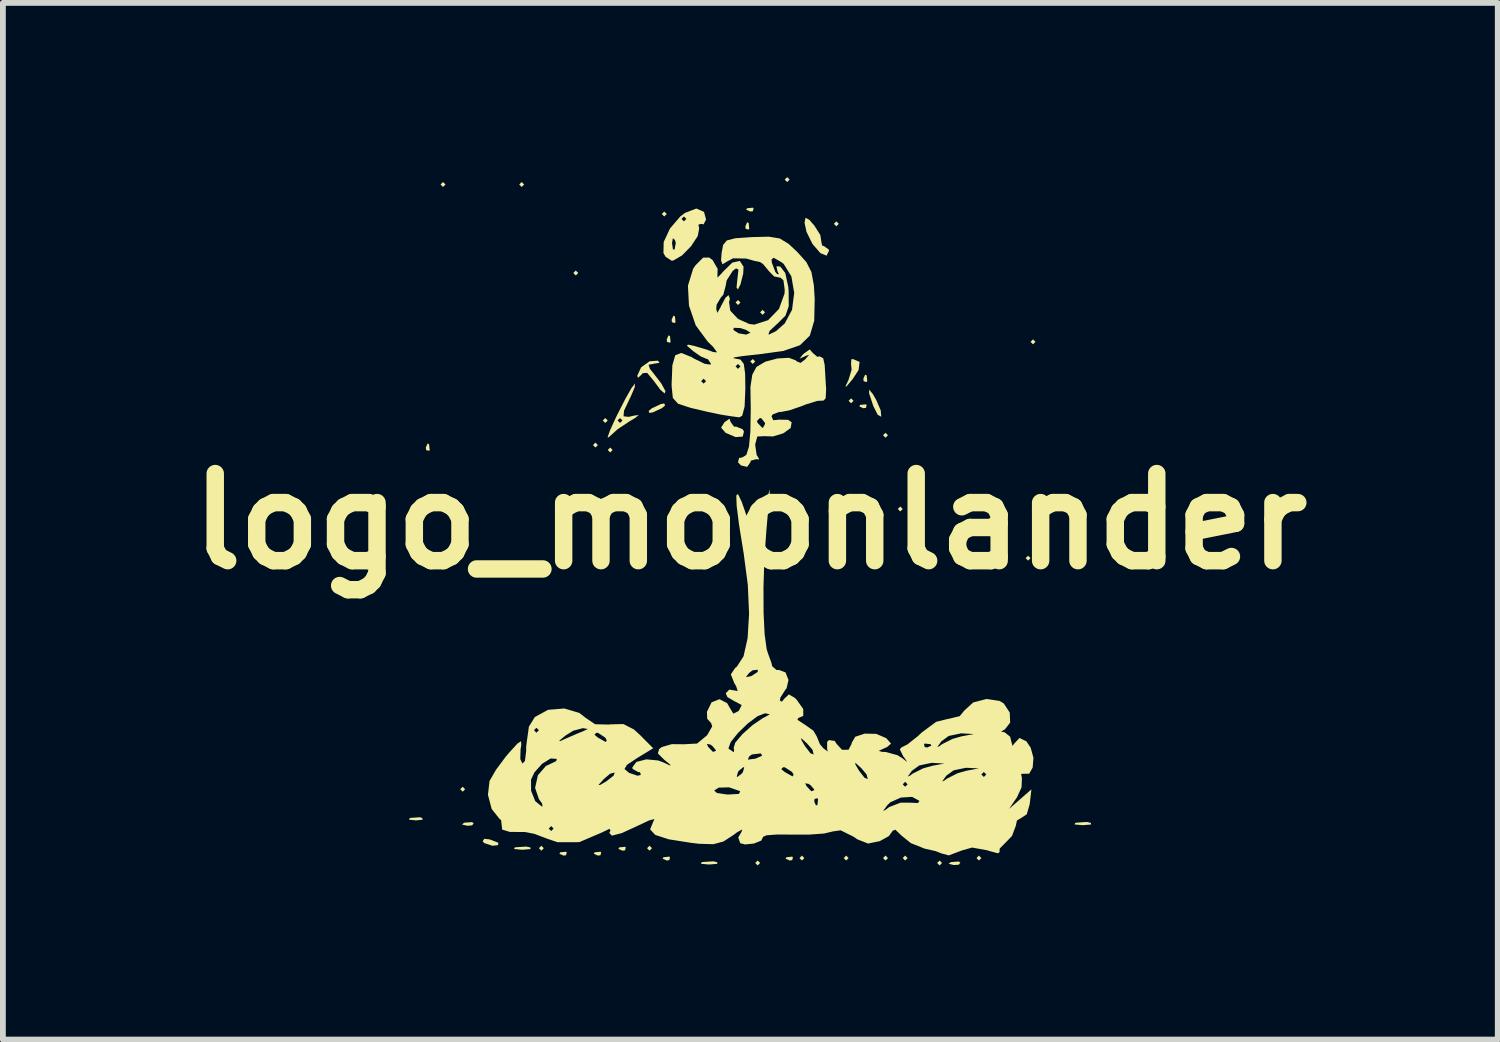
<source format=kicad_pcb>
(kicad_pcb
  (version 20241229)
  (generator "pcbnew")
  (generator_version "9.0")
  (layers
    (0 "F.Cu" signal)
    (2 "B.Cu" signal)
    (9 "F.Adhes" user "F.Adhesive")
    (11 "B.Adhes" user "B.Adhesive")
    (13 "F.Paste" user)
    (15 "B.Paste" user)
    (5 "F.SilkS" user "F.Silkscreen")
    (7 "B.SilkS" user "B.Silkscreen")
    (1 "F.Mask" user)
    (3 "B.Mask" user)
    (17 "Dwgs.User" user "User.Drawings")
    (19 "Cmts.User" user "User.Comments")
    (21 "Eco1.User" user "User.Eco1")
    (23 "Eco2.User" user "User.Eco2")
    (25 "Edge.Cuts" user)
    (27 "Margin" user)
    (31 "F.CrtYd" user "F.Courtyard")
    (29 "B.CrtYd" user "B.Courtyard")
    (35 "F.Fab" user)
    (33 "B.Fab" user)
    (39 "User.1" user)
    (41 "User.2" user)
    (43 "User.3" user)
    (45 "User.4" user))
  (footprint "logo_moonlander"
    (layer "F.Cu")
    (at 9.871 5.927)
    (property "Reference" "logo_moonlander" (at 0 0 0) (layer "F.SilkS") (effects (font (size 1.5 1.5) (thickness 0.3))))
    (attr board_only exclude_from_pos_files exclude_from_bom)
    (fp_poly (pts (xy -5.249 -5.8) (xy -5.292 -5.757) (xy -5.334 -5.8) (xy -5.292 -5.842)) (stroke (width 0) (type solid)) (fill yes) (layer "F.SilkS"))
    (fp_poly (pts (xy -4.911 4.614) (xy -4.953 4.657) (xy -4.995 4.614) (xy -4.953 4.572)) (stroke (width 0) (type solid)) (fill yes) (layer "F.SilkS"))
    (fp_poly (pts (xy -3.895 -5.8) (xy -3.937 -5.757) (xy -3.979 -5.8) (xy -3.937 -5.842)) (stroke (width 0) (type solid)) (fill yes) (layer "F.SilkS"))
    (fp_poly (pts (xy -3.556 5.63) (xy -3.598 5.673) (xy -3.641 5.63) (xy -3.598 5.588)) (stroke (width 0) (type solid)) (fill yes) (layer "F.SilkS"))
    (fp_poly (pts (xy -2.963 -4.276) (xy -3.006 -4.233) (xy -3.048 -4.276) (xy -3.006 -4.318)) (stroke (width 0) (type solid)) (fill yes) (layer "F.SilkS"))
    (fp_poly (pts (xy -2.625 -1.312) (xy -2.667 -1.27) (xy -2.709 -1.312) (xy -2.667 -1.355)) (stroke (width 0) (type solid)) (fill yes) (layer "F.SilkS"))
    (fp_poly (pts (xy -2.455 -1.736) (xy -2.498 -1.693) (xy -2.54 -1.736) (xy -2.498 -1.778)) (stroke (width 0) (type solid)) (fill yes) (layer "F.SilkS"))
    (fp_poly (pts (xy -2.371 -1.228) (xy -2.413 -1.185) (xy -2.455 -1.228) (xy -2.413 -1.27)) (stroke (width 0) (type solid)) (fill yes) (layer "F.SilkS"))
    (fp_poly (pts (xy -1.693 5.63) (xy -1.736 5.673) (xy -1.778 5.63) (xy -1.736 5.588)) (stroke (width 0) (type solid)) (fill yes) (layer "F.SilkS"))
    (fp_poly (pts (xy -1.439 -5.292) (xy -1.482 -5.249) (xy -1.524 -5.292) (xy -1.482 -5.334)) (stroke (width 0) (type solid)) (fill yes) (layer "F.SilkS"))
    (fp_poly (pts (xy -0.169 -3.768) (xy -0.212 -3.725) (xy -0.254 -3.768) (xy -0.212 -3.81)) (stroke (width 0) (type solid)) (fill yes) (layer "F.SilkS"))
    (fp_poly (pts (xy 0.085 -2.752) (xy 0.042 -2.709) (xy 0 -2.752) (xy 0.042 -2.794)) (stroke (width 0) (type solid)) (fill yes) (layer "F.SilkS"))
    (fp_poly (pts (xy 0.169 5.884) (xy 0.127 5.927) (xy 0.085 5.884) (xy 0.127 5.842)) (stroke (width 0) (type solid)) (fill yes) (layer "F.SilkS"))
    (fp_poly (pts (xy 0.254 -3.598) (xy 0.212 -3.556) (xy 0.169 -3.598) (xy 0.212 -3.641)) (stroke (width 0) (type solid)) (fill yes) (layer "F.SilkS"))
    (fp_poly (pts (xy 0.677 -5.884) (xy 0.635 -5.842) (xy 0.593 -5.884) (xy 0.635 -5.927)) (stroke (width 0) (type solid)) (fill yes) (layer "F.SilkS"))
    (fp_poly (pts (xy 0.931 5.8) (xy 0.889 5.842) (xy 0.847 5.8) (xy 0.889 5.757)) (stroke (width 0) (type solid)) (fill yes) (layer "F.SilkS"))
    (fp_poly (pts (xy 1.524 -5.122) (xy 1.482 -5.08) (xy 1.439 -5.122) (xy 1.482 -5.165)) (stroke (width 0) (type solid)) (fill yes) (layer "F.SilkS"))
    (fp_poly (pts (xy 1.693 5.8) (xy 1.651 5.842) (xy 1.609 5.8) (xy 1.651 5.757)) (stroke (width 0) (type solid)) (fill yes) (layer "F.SilkS"))
    (fp_poly (pts (xy 1.778 -2.074) (xy 1.736 -2.032) (xy 1.693 -2.074) (xy 1.736 -2.117)) (stroke (width 0) (type solid)) (fill yes) (layer "F.SilkS"))
    (fp_poly (pts (xy 2.371 -1.482) (xy 2.328 -1.439) (xy 2.286 -1.482) (xy 2.328 -1.524)) (stroke (width 0) (type solid)) (fill yes) (layer "F.SilkS"))
    (fp_poly (pts (xy 2.371 5.8) (xy 2.328 5.842) (xy 2.286 5.8) (xy 2.328 5.757)) (stroke (width 0) (type solid)) (fill yes) (layer "F.SilkS"))
    (fp_poly (pts (xy 2.625 -0.212) (xy 2.582 -0.169) (xy 2.54 -0.212) (xy 2.582 -0.254)) (stroke (width 0) (type solid)) (fill yes) (layer "F.SilkS"))
    (fp_poly (pts (xy 2.709 5.8) (xy 2.667 5.842) (xy 2.625 5.8) (xy 2.667 5.757)) (stroke (width 0) (type solid)) (fill yes) (layer "F.SilkS"))
    (fp_poly (pts (xy 3.302 5.884) (xy 3.26 5.927) (xy 3.217 5.884) (xy 3.26 5.842)) (stroke (width 0) (type solid)) (fill yes) (layer "F.SilkS"))
    (fp_poly (pts (xy 3.979 5.8) (xy 3.937 5.842) (xy 3.895 5.8) (xy 3.937 5.757)) (stroke (width 0) (type solid)) (fill yes) (layer "F.SilkS"))
    (fp_poly (pts (xy 4.826 0.635) (xy 4.784 0.677) (xy 4.741 0.635) (xy 4.784 0.593)) (stroke (width 0) (type solid)) (fill yes) (layer "F.SilkS"))
    (fp_poly (pts (xy 4.911 -3.09) (xy 4.868 -3.048) (xy 4.826 -3.09) (xy 4.868 -3.133)) (stroke (width 0) (type solid)) (fill yes) (layer "F.SilkS"))
    (fp_poly (pts (xy -5.652 5.109) (xy -5.641 5.139) (xy -5.757 5.151) (xy -5.878 5.138) (xy -5.863 5.109) (xy -5.69 5.097)) (stroke (width 0) (type solid)) (fill yes) (layer "F.SilkS"))
    (fp_poly (pts (xy -5.532 -1.326) (xy -5.521 -1.226) (xy -5.532 -1.214) (xy -5.582 -1.225) (xy -5.588 -1.27) (xy -5.557 -1.34)) (stroke (width 0) (type solid)) (fill yes) (layer "F.SilkS"))
    (fp_poly (pts (xy -4.764 5.198) (xy -4.79 5.237) (xy -4.875 5.243) (xy -4.966 5.222) (xy -4.927 5.191) (xy -4.794 5.181)) (stroke (width 0) (type solid)) (fill yes) (layer "F.SilkS"))
    (fp_poly (pts (xy -3.161 5.701) (xy -3.173 5.751) (xy -3.217 5.757) (xy -3.287 5.726) (xy -3.274 5.701) (xy -3.173 5.691)) (stroke (width 0) (type solid)) (fill yes) (layer "F.SilkS"))
    (fp_poly (pts (xy -2.568 5.701) (xy -2.58 5.751) (xy -2.625 5.757) (xy -2.694 5.726) (xy -2.681 5.701) (xy -2.581 5.691)) (stroke (width 0) (type solid)) (fill yes) (layer "F.SilkS"))
    (fp_poly (pts (xy -2.145 5.616) (xy -2.157 5.667) (xy -2.201 5.673) (xy -2.271 5.642) (xy -2.258 5.616) (xy -2.157 5.606)) (stroke (width 0) (type solid)) (fill yes) (layer "F.SilkS"))
    (fp_poly (pts (xy -1.383 -3.189) (xy -1.373 -3.089) (xy -1.383 -3.076) (xy -1.433 -3.088) (xy -1.439 -3.133) (xy -1.408 -3.202)) (stroke (width 0) (type solid)) (fill yes) (layer "F.SilkS"))
    (fp_poly (pts (xy -1.383 5.786) (xy -1.395 5.836) (xy -1.439 5.842) (xy -1.509 5.811) (xy -1.496 5.786) (xy -1.395 5.775)) (stroke (width 0) (type solid)) (fill yes) (layer "F.SilkS"))
    (fp_poly (pts (xy -1.298 -3.528) (xy -1.288 -3.427) (xy -1.298 -3.415) (xy -1.349 -3.427) (xy -1.355 -3.471) (xy -1.324 -3.541)) (stroke (width 0) (type solid)) (fill yes) (layer "F.SilkS"))
    (fp_poly (pts (xy -0.028 -5.136) (xy -0.018 -5.036) (xy -0.028 -5.024) (xy -0.079 -5.035) (xy -0.085 -5.08) (xy -0.054 -5.15)) (stroke (width 0) (type solid)) (fill yes) (layer "F.SilkS"))
    (fp_poly (pts (xy 0.056 -5.39) (xy 0.045 -5.34) (xy 0 -5.334) (xy -0.07 -5.365) (xy -0.056 -5.39) (xy 0.044 -5.401)) (stroke (width 0) (type solid)) (fill yes) (layer "F.SilkS"))
    (fp_poly (pts (xy 0.734 5.786) (xy 0.722 5.836) (xy 0.677 5.842) (xy 0.608 5.811) (xy 0.621 5.786) (xy 0.721 5.775)) (stroke (width 0) (type solid)) (fill yes) (layer "F.SilkS"))
    (fp_poly (pts (xy 2.004 -2.512) (xy 2.014 -2.411) (xy 2.004 -2.399) (xy 1.953 -2.411) (xy 1.947 -2.455) (xy 1.978 -2.525)) (stroke (width 0) (type solid)) (fill yes) (layer "F.SilkS"))
    (fp_poly (pts (xy 2.004 -2.004) (xy 1.992 -1.953) (xy 1.947 -1.947) (xy 1.878 -1.978) (xy 1.891 -2.004) (xy 1.991 -2.014)) (stroke (width 0) (type solid)) (fill yes) (layer "F.SilkS"))
    (fp_poly (pts (xy 3.618 5.876) (xy 3.592 5.914) (xy 3.507 5.92) (xy 3.416 5.899) (xy 3.455 5.869) (xy 3.588 5.859)) (stroke (width 0) (type solid)) (fill yes) (layer "F.SilkS"))
    (fp_poly (pts (xy -4.487 5.479) (xy -4.341 5.535) (xy -4.343 5.577) (xy -4.44 5.588) (xy -4.581 5.542) (xy -4.609 5.511) (xy -4.582 5.468)) (stroke (width 0) (type solid)) (fill yes) (layer "F.SilkS"))
    (fp_poly (pts (xy -3.787 5.617) (xy -3.784 5.645) (xy -3.917 5.656) (xy -3.937 5.656) (xy -4.068 5.644) (xy -4.056 5.618) (xy -4.041 5.614) (xy -3.857 5.602)) (stroke (width 0) (type solid)) (fill yes) (layer "F.SilkS"))
    (fp_poly (pts (xy -1.467 -1.994) (xy -1.524 -1.947) (xy -1.678 -1.876) (xy -1.736 -1.865) (xy -1.751 -1.9) (xy -1.693 -1.947) (xy -1.539 -2.019) (xy -1.482 -2.029)) (stroke (width 0) (type solid)) (fill yes) (layer "F.SilkS"))
    (fp_poly (pts (xy -0.57 5.871) (xy -0.567 5.899) (xy -0.7 5.91) (xy -0.72 5.91) (xy -0.851 5.898) (xy -0.838 5.872) (xy -0.824 5.868) (xy -0.639 5.856)) (stroke (width 0) (type solid)) (fill yes) (layer "F.SilkS"))
    (fp_poly (pts (xy 5.865 5.194) (xy 5.868 5.222) (xy 5.735 5.233) (xy 5.715 5.233) (xy 5.584 5.221) (xy 5.596 5.195) (xy 5.611 5.191) (xy 5.795 5.178)) (stroke (width 0) (type solid)) (fill yes) (layer "F.SilkS"))
    (fp_poly (pts (xy 1.882 -2.744) (xy 1.865 -2.605) (xy 1.766 -2.453) (xy 1.657 -2.322) (xy 1.638 -2.32) (xy 1.692 -2.436) (xy 1.745 -2.612) (xy 1.735 -2.711) (xy 1.74 -2.788) (xy 1.768 -2.794)) (stroke (width 0) (type solid)) (fill yes) (layer "F.SilkS"))
    (fp_poly (pts (xy 2.109 -2.193) (xy 2.169 -2.088) (xy 2.246 -1.91) (xy 2.255 -1.804) (xy 2.253 -1.801) (xy 2.194 -1.835) (xy 2.119 -1.983) (xy 2.119 -1.983) (xy 2.048 -2.196) (xy 2.046 -2.268)) (stroke (width 0) (type solid)) (fill yes) (layer "F.SilkS"))
    (fp_poly (pts (xy -0.339 -1.71) (xy -0.279 -1.629) (xy -0.243 -1.63) (xy -0.132 -1.585) (xy -0.109 -1.545) (xy -0.131 -1.458) (xy -0.254 -1.45) (xy -0.423 -1.522) (xy -0.503 -1.612) (xy -0.444 -1.707) (xy -0.357 -1.767)) (stroke (width 0) (type solid)) (fill yes) (layer "F.SilkS"))
    (fp_poly (pts (xy 1.017 -5.191) (xy 1.103 -5.092) (xy 1.206 -4.93) (xy 1.223 -4.818) (xy 1.222 -4.817) (xy 1.238 -4.746) (xy 1.265 -4.741) (xy 1.351 -4.68) (xy 1.355 -4.657) (xy 1.313 -4.574) (xy 1.208 -4.617) (xy 1.074 -4.772) (xy 1.068 -4.781) (xy 0.968 -4.984) (xy 0.934 -5.141) (xy 0.951 -5.227)) (stroke (width 0) (type solid)) (fill yes) (layer "F.SilkS"))
    (fp_poly (pts (xy -1.563 -2.729) (xy -1.643 -2.716) (xy -1.752 -2.696) (xy -1.727 -2.622) (xy -1.677 -2.561) (xy -1.532 -2.372) (xy -1.461 -2.241) (xy -1.475 -2.201) (xy -1.548 -2.264) (xy -1.661 -2.416) (xy -1.662 -2.418) (xy -1.776 -2.556) (xy -1.854 -2.55) (xy -1.874 -2.524) (xy -1.935 -2.47) (xy -1.946 -2.508) (xy -1.88 -2.652) (xy -1.732 -2.756) (xy -1.59 -2.766)) (stroke (width 0) (type solid)) (fill yes) (layer "F.SilkS"))
    (fp_poly (pts (xy -1.991 -2.306) (xy -2.059 -2.147) (xy -2.072 -2.121) (xy -2.174 -1.906) (xy -2.183 -1.808) (xy -2.094 -1.798) (xy -2.011 -1.818) (xy -1.921 -1.831) (xy -1.98 -1.781) (xy -2.074 -1.725) (xy -2.284 -1.586) (xy -2.436 -1.449) (xy -2.438 -1.447) (xy -2.458 -1.448) (xy -2.412 -1.574) (xy -2.338 -1.736) (xy -2.286 -1.736) (xy -2.244 -1.693) (xy -2.201 -1.736) (xy -2.244 -1.778) (xy -2.286 -1.736) (xy -2.338 -1.736) (xy -2.309 -1.798) (xy -2.288 -1.841) (xy -2.154 -2.104) (xy -2.047 -2.293) (xy -1.988 -2.37) (xy -1.986 -2.371)) (stroke (width 0) (type solid)) (fill yes) (layer "F.SilkS"))
    (fp_poly (pts (xy -0.797 -5.328) (xy -0.762 -5.197) (xy -0.804 -5.113) (xy -0.846 -5.122) (xy -0.894 -5.108) (xy -0.88 -5.046) (xy -0.905 -4.912) (xy -1.02 -4.737) (xy -1.176 -4.578) (xy -1.325 -4.491) (xy -1.353 -4.487) (xy -1.459 -4.555) (xy -1.496 -4.62) (xy -1.492 -4.791) (xy -1.348 -4.791) (xy -1.332 -4.681) (xy -1.304 -4.68) (xy -1.283 -4.793) (xy -1.297 -4.842) (xy -1.334 -4.874) (xy -1.348 -4.791) (xy -1.492 -4.791) (xy -1.491 -4.811) (xy -1.383 -5.042) (xy -1.242 -5.207) (xy -1.185 -5.207) (xy -1.143 -5.165) (xy -1.101 -5.207) (xy -1.143 -5.249) (xy -1.185 -5.207) (xy -1.242 -5.207) (xy -1.205 -5.25) (xy -1.126 -5.31) (xy -0.928 -5.386)) (stroke (width 0) (type solid)) (fill yes) (layer "F.SilkS"))
    (fp_poly (pts (xy 1.076 -2.899) (xy 1.156 -2.831) (xy 1.193 -2.841) (xy 1.255 -2.808) (xy 1.281 -2.693) (xy 1.295 -2.45) (xy 1.306 -2.271) (xy 1.298 -2.118) (xy 1.262 -2.079) (xy 1.153 -2.073) (xy 0.957 -2.012) (xy 0.9 -1.989) (xy 0.679 -1.912) (xy 0.519 -1.881) (xy 0.499 -1.883) (xy 0.385 -1.84) (xy 0.366 -1.806) (xy 0.395 -1.74) (xy 0.494 -1.75) (xy 0.652 -1.747) (xy 0.712 -1.705) (xy 0.695 -1.606) (xy 0.569 -1.515) (xy 0.391 -1.461) (xy 0.245 -1.466) (xy 0.121 -1.46) (xy 0.085 -1.328) (xy 0.085 -1.311) (xy 0.109 -1.144) (xy 0.148 -1.079) (xy 0.146 -1.062) (xy 0.106 -1.07) (xy 0.009 -1.044) (xy 0 -1.013) (xy -0.054 -0.937) (xy -0.161 -0.962) (xy -0.212 -1.016) (xy -0.193 -1.089) (xy -0.135 -1.101) (xy -0.068 -1.143) (xy -0.023 -1.284) (xy 0.001 -1.542) (xy 0.004 -1.726) (xy 0.114 -1.726) (xy 0.127 -1.693) (xy 0.203 -1.613) (xy 0.217 -1.609) (xy 0.253 -1.674) (xy 0.254 -1.693) (xy 0.189 -1.775) (xy 0.164 -1.778) (xy 0.114 -1.726) (xy 0.004 -1.726) (xy 0.008 -1.935) (xy 0.002 -2.312) (xy 0.035 -2.527) (xy 0.107 -2.659) (xy 0.26 -2.749) (xy 0.469 -2.804) (xy 0.666 -2.815) (xy 0.784 -2.771) (xy 0.792 -2.758) (xy 0.865 -2.727) (xy 0.942 -2.785) (xy 1.014 -2.867) (xy 0.958 -2.85) (xy 0.931 -2.836) (xy 0.85 -2.801) (xy 0.896 -2.862) (xy 0.921 -2.887) (xy 1.023 -2.959)) (stroke (width 0) (type solid)) (fill yes) (layer "F.SilkS"))
    (fp_poly (pts (xy 0.508 -4.87) (xy 0.659 -4.778) (xy 0.807 -4.64) (xy 0.966 -4.463) (xy 1.053 -4.292) (xy 1.095 -4.063) (xy 1.109 -3.827) (xy 1.101 -3.454) (xy 1.025 -3.197) (xy 0.856 -3.032) (xy 0.569 -2.933) (xy 0.151 -2.876) (xy -0.116 -2.847) (xy -0.273 -2.824) (xy -0.294 -2.808) (xy -0.275 -2.806) (xy -0.169 -2.785) (xy -0.112 -2.71) (xy -0.089 -2.542) (xy -0.085 -2.286) (xy -0.098 -1.976) (xy -0.14 -1.817) (xy -0.191 -1.79) (xy -0.353 -1.812) (xy -0.508 -1.837) (xy -0.735 -1.884) (xy -1.008 -1.949) (xy -1.037 -1.956) (xy -1.244 -2.024) (xy -1.334 -2.124) (xy -1.354 -2.319) (xy -1.355 -2.367) (xy -1.353 -2.413) (xy -0.847 -2.413) (xy -0.804 -2.371) (xy -0.762 -2.413) (xy -0.804 -2.455) (xy -0.847 -2.413) (xy -1.353 -2.413) (xy -1.343 -2.667) (xy -0.254 -2.667) (xy -0.212 -2.625) (xy -0.169 -2.667) (xy -0.212 -2.709) (xy -0.254 -2.667) (xy -1.343 -2.667) (xy -1.342 -2.687) (xy -1.293 -2.858) (xy -1.19 -2.899) (xy -1.016 -2.83) (xy -0.964 -2.799) (xy -0.785 -2.712) (xy -0.685 -2.698) (xy -0.677 -2.712) (xy -0.731 -2.792) (xy -0.746 -2.794) (xy -0.858 -2.842) (xy -0.979 -2.927) (xy -1.092 -3.024) (xy -1.071 -3.042) (xy -0.974 -3.022) (xy -0.746 -2.955) (xy -0.636 -2.914) (xy -0.571 -2.909) (xy -0.641 -3.004) (xy -0.734 -3.095) (xy -0.881 -3.294) (xy -0.291 -3.294) (xy -0.199 -3.236) (xy -0.071 -3.215) (xy -0.061 -3.219) (xy 0.312 -3.219) (xy 0.324 -3.217) (xy 0.443 -3.274) (xy 0.593 -3.407) (xy 0.719 -3.642) (xy 0.756 -3.934) (xy 0.707 -4.219) (xy 0.575 -4.432) (xy 0.536 -4.462) (xy 0.403 -4.538) (xy 0.366 -4.51) (xy 0.371 -4.453) (xy 0.431 -4.295) (xy 0.463 -4.257) (xy 0.493 -4.255) (xy 0.467 -4.308) (xy 0.45 -4.392) (xy 0.517 -4.386) (xy 0.602 -4.276) (xy 0.654 -4.036) (xy 0.66 -3.961) (xy 0.662 -3.704) (xy 0.606 -3.541) (xy 0.467 -3.403) (xy 0.459 -3.396) (xy 0.333 -3.279) (xy 0.312 -3.219) (xy -0.061 -3.219) (xy -0.000444 -3.245) (xy 0 -3.25) (xy -0.07 -3.294) (xy -0.169 -3.327) (xy -0.284 -3.332) (xy -0.291 -3.294) (xy -0.881 -3.294) (xy -0.94 -3.375) (xy -1.056 -3.714) (xy -1.074 -4.057) (xy -0.984 -4.349) (xy -0.942 -4.41) (xy -0.813 -4.54) (xy -0.71 -4.542) (xy -0.65 -4.5) (xy -0.562 -4.347) (xy -0.566 -4.248) (xy -0.564 -4.196) (xy -0.483 -4.281) (xy -0.471 -4.297) (xy -0.309 -4.455) (xy -0.18 -4.483) (xy -0.116 -4.384) (xy -0.122 -4.265) (xy -0.169 -4.081) (xy -0.213 -3.992) (xy -0.237 -4.025) (xy -0.222 -4.175) (xy -0.221 -4.178) (xy -0.204 -4.335) (xy -0.245 -4.355) (xy -0.301 -4.314) (xy -0.407 -4.149) (xy -0.423 -4.059) (xy -0.465 -3.901) (xy -0.508 -3.852) (xy -0.579 -3.732) (xy -0.587 -3.657) (xy -0.568 -3.589) (xy -0.516 -3.679) (xy -0.505 -3.704) (xy -0.427 -3.85) (xy -0.375 -3.895) (xy -0.351 -3.832) (xy -0.366 -3.776) (xy -0.345 -3.627) (xy -0.211 -3.485) (xy -0.017 -3.397) (xy 0.07 -3.387) (xy 0.306 -3.463) (xy 0.494 -3.657) (xy 0.589 -3.919) (xy 0.593 -3.984) (xy 0.571 -4.149) (xy 0.519 -4.197) (xy 0.514 -4.195) (xy 0.411 -4.216) (xy 0.323 -4.305) (xy 0.22 -4.43) (xy 0.169 -4.464) (xy 0.065 -4.486) (xy -0.068 -4.524) (xy -0.294 -4.529) (xy -0.392 -4.478) (xy -0.48 -4.425) (xy -0.504 -4.493) (xy -0.494 -4.619) (xy -0.468 -4.759) (xy -0.404 -4.836) (xy -0.257 -4.874) (xy 0.014 -4.893) (xy 0.031 -4.894) (xy 0.32 -4.901)) (stroke (width 0) (type solid)) (fill yes) (layer "F.SilkS"))
    (fp_poly (pts (xy 0.276 0.169) (xy 0.242 0.655) (xy 0.227 1.138) (xy 0.229 1.582) (xy 0.247 1.949) (xy 0.282 2.202) (xy 0.302 2.267) (xy 0.363 2.435) (xy 0.378 2.498) (xy 0.453 2.562) (xy 0.493 2.56) (xy 0.606 2.602) (xy 0.658 2.733) (xy 0.625 2.876) (xy 0.604 2.901) (xy 0.518 3.037) (xy 0.509 3.086) (xy 0.544 3.107) (xy 0.586 3.055) (xy 0.664 2.982) (xy 0.765 3.04) (xy 0.797 3.071) (xy 0.912 3.234) (xy 0.912 3.352) (xy 0.826 3.388) (xy 0.812 3.419) (xy 0.926 3.494) (xy 0.931 3.496) (xy 1.086 3.606) (xy 1.143 3.702) (xy 1.199 3.839) (xy 1.261 3.912) (xy 1.336 3.965) (xy 1.323 3.922) (xy 1.323 3.799) (xy 1.354 3.768) (xy 1.454 3.783) (xy 1.486 3.833) (xy 1.58 3.936) (xy 1.692 3.934) (xy 1.746 3.83) (xy 1.745 3.817) (xy 1.807 3.711) (xy 1.97 3.657) (xy 2.168 3.661) (xy 2.339 3.734) (xy 2.342 3.736) (xy 2.424 3.829) (xy 2.355 3.889) (xy 2.315 3.906) (xy 2.212 3.954) (xy 2.269 3.971) (xy 2.333 3.973) (xy 2.536 4.029) (xy 2.625 4.085) (xy 2.7 4.146) (xy 2.666 4.09) (xy 2.631 4.043) (xy 2.575 3.928) (xy 2.602 3.895) (xy 2.709 3.841) (xy 2.712 3.838) (xy 2.992 3.838) (xy 3.003 3.889) (xy 3.048 3.895) (xy 3.061 3.889) (xy 3.219 3.889) (xy 3.258 3.873) (xy 3.302 3.839) (xy 3.485 3.747) (xy 3.641 3.703) (xy 3.852 3.664) (xy 3.63 3.652) (xy 3.417 3.697) (xy 3.291 3.789) (xy 3.219 3.889) (xy 3.061 3.889) (xy 3.118 3.864) (xy 3.104 3.838) (xy 3.004 3.828) (xy 2.992 3.838) (xy 2.712 3.838) (xy 2.88 3.705) (xy 2.956 3.635) (xy 3.202 3.453) (xy 3.409 3.402) (xy 3.413 3.403) (xy 3.607 3.356) (xy 3.685 3.26) (xy 3.839 3.12) (xy 4.069 3.06) (xy 4.294 3.094) (xy 4.365 3.137) (xy 4.468 3.294) (xy 4.475 3.468) (xy 4.385 3.583) (xy 4.381 3.585) (xy 4.319 3.623) (xy 4.381 3.634) (xy 4.475 3.71) (xy 4.494 3.789) (xy 4.516 3.869) (xy 4.543 3.831) (xy 4.636 3.732) (xy 4.754 3.789) (xy 4.828 3.898) (xy 4.876 4.072) (xy 4.863 4.241) (xy 4.802 4.348) (xy 4.721 4.348) (xy 4.663 4.35) (xy 4.678 4.421) (xy 4.671 4.583) (xy 4.593 4.753) (xy 4.457 4.953) (xy 4.649 4.785) (xy 4.841 4.617) (xy 4.812 4.87) (xy 4.761 5.046) (xy 4.678 5.101) (xy 4.592 5.153) (xy 4.572 5.245) (xy 4.507 5.419) (xy 4.403 5.527) (xy 4.295 5.636) (xy 4.291 5.702) (xy 4.262 5.717) (xy 4.117 5.678) (xy 4.085 5.667) (xy 3.82 5.619) (xy 3.652 5.666) (xy 3.417 5.754) (xy 3.293 5.72) (xy 3.191 5.68) (xy 3.004 5.638) (xy 2.767 5.544) (xy 2.603 5.412) (xy 2.499 5.312) (xy 2.455 5.327) (xy 2.455 5.327) (xy 2.385 5.423) (xy 2.228 5.509) (xy 2.028 5.55) (xy 1.845 5.478) (xy 1.778 5.432) (xy 1.556 5.322) (xy 1.423 5.341) (xy 1.273 5.377) (xy 1.013 5.396) (xy 0.738 5.396) (xy 0.464 5.394) (xy 0.278 5.408) (xy 0.221 5.434) (xy 0.189 5.499) (xy 0.062 5.55) (xy -0.09 5.565) (xy -0.173 5.544) (xy -0.208 5.445) (xy -0.152 5.35) (xy -0.138 5.306) (xy -0.233 5.36) (xy -0.292 5.404) (xy -0.463 5.515) (xy -0.636 5.561) (xy -0.881 5.554) (xy -1.011 5.539) (xy -1.404 5.477) (xy -1.638 5.401) (xy -1.725 5.306) (xy -1.678 5.189) (xy -1.65 5.128) (xy -1.744 5.152) (xy -1.924 5.237) (xy -2.213 5.37) (xy -2.384 5.414) (xy -2.428 5.368) (xy -2.408 5.325) (xy -2.425 5.296) (xy -2.545 5.354) (xy -2.551 5.357) (xy -2.945 5.526) (xy -3.32 5.527) (xy -3.496 5.467) (xy -3.715 5.384) (xy -3.884 5.35) (xy -3.895 5.351) (xy -4.14 5.35) (xy -4.273 5.309) (xy -4.275 5.292) (xy -3.471 5.292) (xy -3.429 5.334) (xy -3.387 5.292) (xy -3.429 5.249) (xy -3.471 5.292) (xy -4.275 5.292) (xy -4.279 5.255) (xy -4.291 5.147) (xy -4.322 5.12) (xy -4.426 4.99) (xy 2.287 4.99) (xy 2.33 4.969) (xy 2.391 4.922) (xy 2.587 4.846) (xy 2.749 4.846) (xy 2.888 4.852) (xy 2.913 4.814) (xy 2.786 4.746) (xy 2.593 4.758) (xy 2.412 4.839) (xy 2.36 4.889) (xy 2.287 4.99) (xy -4.426 4.99) (xy -4.454 4.954) (xy -4.518 4.711) (xy -4.491 4.476) (xy -4.488 4.466) (xy -4.477 4.449) (xy -3.776 4.449) (xy -3.775 4.641) (xy -3.704 4.819) (xy -3.594 4.909) (xy -3.578 4.911) (xy -3.587 4.858) (xy -3.61 4.826) (xy 1.101 4.826) (xy 1.132 4.896) (xy 1.157 4.882) (xy 1.167 4.782) (xy 1.157 4.77) (xy 1.107 4.781) (xy 1.101 4.826) (xy -3.61 4.826) (xy -3.64 4.785) (xy -3.691 4.636) (xy -0.622 4.636) (xy -0.575 4.679) (xy -0.409 4.704) (xy -0.37 4.705) (xy -0.197 4.695) (xy -0.173 4.655) (xy -0.188 4.643) (xy -0.366 4.582) (xy -0.543 4.587) (xy -0.622 4.636) (xy -3.691 4.636) (xy -3.706 4.59) (xy -3.695 4.543) (xy -2.616 4.543) (xy -2.585 4.54) (xy -2.536 4.512) (xy 0.945 4.512) (xy 0.966 4.559) (xy 1.051 4.65) (xy 1.1 4.631) (xy 1.101 4.619) (xy 1.041 4.548) (xy 1.015 4.53) (xy 2.625 4.53) (xy 2.667 4.572) (xy 2.709 4.53) (xy 2.667 4.487) (xy 2.625 4.53) (xy 1.015 4.53) (xy 1.003 4.522) (xy 0.945 4.512) (xy -2.536 4.512) (xy -2.485 4.482) (xy 3.303 4.482) (xy 3.342 4.465) (xy 3.387 4.432) (xy 3.528 4.36) (xy 3.979 4.36) (xy 4.022 4.403) (xy 4.064 4.36) (xy 4.022 4.318) (xy 3.979 4.36) (xy 3.528 4.36) (xy 3.57 4.339) (xy 3.725 4.295) (xy 3.937 4.256) (xy 3.715 4.245) (xy 3.502 4.289) (xy 3.376 4.381) (xy 3.303 4.482) (xy -2.485 4.482) (xy -2.48 4.479) (xy -2.375 4.397) (xy -0.233 4.397) (xy -0.222 4.403) (xy -0.144 4.343) (xy -0.127 4.318) (xy -0.113 4.268) (xy 0.533 4.268) (xy 0.593 4.318) (xy 0.728 4.394) (xy 0.746 4.365) (xy 0.72 4.318) (xy 0.596 4.238) (xy 0.567 4.235) (xy 0.533 4.268) (xy -0.113 4.268) (xy -0.105 4.239) (xy -0.117 4.233) (xy -0.194 4.293) (xy -0.212 4.318) (xy -0.233 4.397) (xy -2.375 4.397) (xy -2.355 4.382) (xy -2.334 4.326) (xy -2.415 4.348) (xy -2.521 4.438) (xy -2.616 4.543) (xy -3.695 4.543) (xy -3.658 4.374) (xy -3.52 4.214) (xy -3.465 4.189) (xy -3.343 4.13) (xy -3.331 4.092) (xy -3.439 4.085) (xy -3.586 4.177) (xy -3.718 4.325) (xy -3.776 4.449) (xy -4.477 4.449) (xy -4.381 4.282) (xy -4.214 4.057) (xy -4.162 3.995) (xy -4.013 3.831) (xy -3.948 3.787) (xy -3.944 3.856) (xy -3.956 3.922) (xy -3.961 4.095) (xy -3.924 4.173) (xy -3.881 4.127) (xy -3.86 3.959) (xy -3.859 3.872) (xy -3.847 3.781) (xy -3.293 3.781) (xy -3.272 3.785) (xy -3.175 3.741) (xy -3.022 3.675) (xy -2.684 3.675) (xy -2.625 3.725) (xy -2.49 3.801) (xy -2.472 3.773) (xy -2.498 3.725) (xy -2.621 3.645) (xy -2.651 3.642) (xy -2.684 3.675) (xy -3.022 3.675) (xy -2.976 3.655) (xy -2.879 3.616) (xy -2.797 3.577) (xy -2.88 3.563) (xy -2.884 3.563) (xy -3.049 3.607) (xy -3.18 3.688) (xy -3.293 3.781) (xy -3.847 3.781) (xy -3.821 3.598) (xy -3.725 3.598) (xy -3.683 3.641) (xy -3.641 3.598) (xy -3.683 3.556) (xy -3.725 3.598) (xy -3.821 3.598) (xy -3.813 3.537) (xy -3.711 3.372) (xy -3.483 3.247) (xy -3.202 3.224) (xy -2.943 3.301) (xy -2.842 3.38) (xy -2.673 3.495) (xy -2.435 3.501) (xy -2.412 3.497) (xy -2.186 3.492) (xy -2.002 3.586) (xy -1.9 3.68) (xy -1.672 3.909) (xy -1.953 4.08) (xy -2.125 4.195) (xy -2.166 4.266) (xy -2.093 4.329) (xy -2.084 4.334) (xy -1.941 4.382) (xy -1.885 4.368) (xy -1.899 4.322) (xy -1.933 4.318) (xy -2.026 4.265) (xy -2.032 4.239) (xy -1.961 4.144) (xy -1.79 4.1) (xy -1.587 4.119) (xy -1.506 4.149) (xy -1.373 4.21) (xy -1.385 4.186) (xy -1.42 4.157) (xy 1.807 4.157) (xy 1.81 4.188) (xy 1.871 4.293) (xy 1.968 4.418) (xy 2.024 4.439) (xy 2.012 4.397) (xy 2.711 4.397) (xy 2.75 4.381) (xy 2.794 4.347) (xy 2.977 4.255) (xy 3.133 4.211) (xy 3.344 4.172) (xy 3.122 4.16) (xy 2.909 4.205) (xy 2.783 4.297) (xy 2.711 4.397) (xy 2.012 4.397) (xy 2.002 4.359) (xy 1.912 4.252) (xy 1.807 4.157) (xy -1.42 4.157) (xy -1.481 4.108) (xy -1.484 4.105) (xy -0.042 4.105) (xy 0.082 4.089) (xy 0.091 4.087) (xy 0.205 4.037) (xy 0.181 3.997) (xy 0.028 4.016) (xy -0.02 4.05) (xy -0.042 4.105) (xy -1.484 4.105) (xy -1.592 3.998) (xy -1.569 3.922) (xy -1.524 3.888) (xy -1.352 3.838) (xy -1.143 3.84) (xy -1.034 3.834) (xy -0.748 3.834) (xy -0.728 3.882) (xy -0.643 3.972) (xy -0.593 3.954) (xy -0.593 3.942) (xy -0.621 3.908) (xy -0.376 3.908) (xy -0.368 3.921) (xy -0.282 3.978) (xy -0.279 3.924) (xy -0.288 3.907) (xy -0.259 3.813) (xy -0.193 3.734) (xy 0.876 3.734) (xy 0.879 3.765) (xy 0.94 3.87) (xy 1.036 3.995) (xy 1.092 4.016) (xy 1.071 3.935) (xy 0.98 3.829) (xy 0.876 3.734) (xy -0.193 3.734) (xy -0.135 3.666) (xy 0.039 3.51) (xy 0.219 3.388) (xy 0.253 3.371) (xy 0.337 3.324) (xy 0.26 3.308) (xy 0.249 3.308) (xy 0.124 3.357) (xy -0.044 3.483) (xy -0.211 3.645) (xy -0.336 3.8) (xy -0.376 3.908) (xy -0.621 3.908) (xy -0.653 3.87) (xy -0.69 3.844) (xy -0.748 3.834) (xy -1.034 3.834) (xy -0.916 3.828) (xy -0.747 3.688) (xy -0.737 3.674) (xy -0.656 3.532) (xy -0.676 3.471) (xy -0.679 3.471) (xy -0.742 3.401) (xy -0.747 3.282) (xy -0.667 3.118) (xy -0.53 3.064) (xy -0.399 3.132) (xy -0.359 3.202) (xy -0.292 3.313) (xy -0.207 3.271) (xy -0.195 3.259) (xy -0.148 3.165) (xy -0.253 3.108) (xy -0.259 3.107) (xy -0.394 3.028) (xy -0.423 2.962) (xy -0.362 2.899) (xy -0.298 2.909) (xy -0.217 2.923) (xy -0.244 2.84) (xy -0.276 2.786) (xy -0.316 2.685) (xy -0.076 2.685) (xy 0.009 2.668) (xy 0.025 2.662) (xy 0.128 2.594) (xy 0.129 2.556) (xy 0.04 2.566) (xy -0.023 2.614) (xy -0.076 2.685) (xy -0.316 2.685) (xy -0.335 2.637) (xy -0.262 2.527) (xy -0.231 2.503) (xy -0.116 2.325) (xy -0.046 2.011) (xy -0.021 1.591) (xy -0.043 1.093) (xy -0.115 0.546) (xy -0.118 0.529) (xy -0.194 0.058) (xy -0.235 -0.268) (xy -0.241 -0.445) (xy -0.212 -0.469) (xy -0.148 -0.335) (xy -0.094 -0.181) (xy 0.054 0.273) (xy 0.197 -0.139) (xy 0.339 -0.55)) (stroke (width 0) (type solid)) (fill yes) (layer "F.SilkS")))
  (gr_rect
    (start -3 -3)
    (end 22.743 14.853)
    (stroke (width 0.1) (type default))
    (fill no)
    (layer "Edge.Cuts")))
</source>
